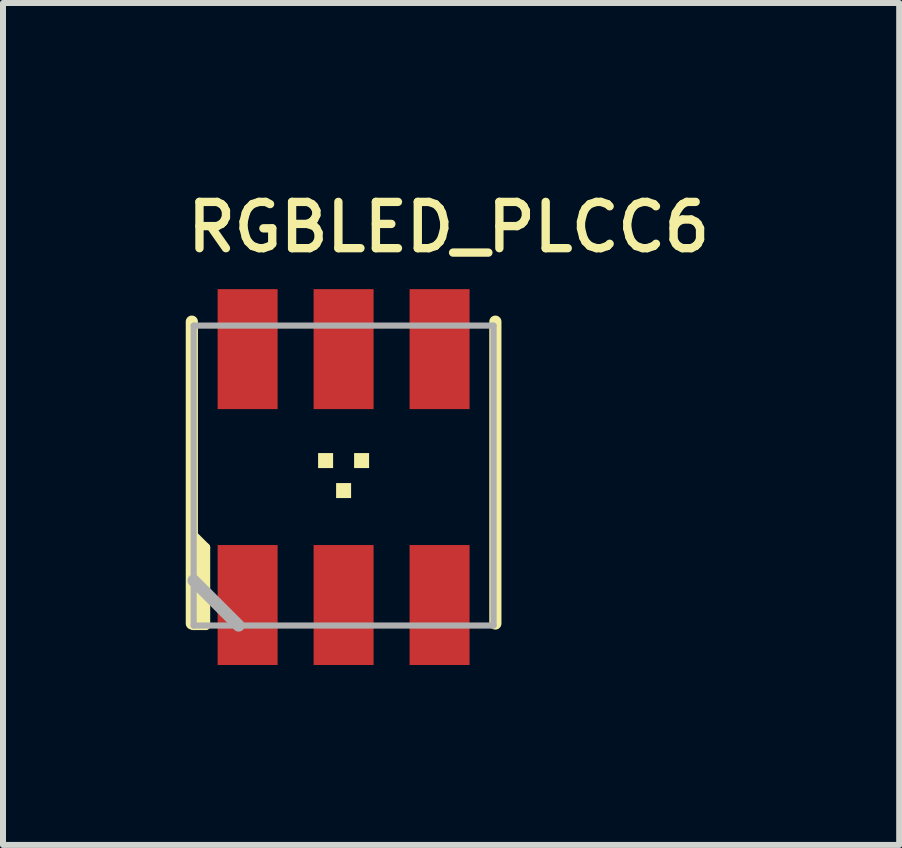
<source format=kicad_pcb>
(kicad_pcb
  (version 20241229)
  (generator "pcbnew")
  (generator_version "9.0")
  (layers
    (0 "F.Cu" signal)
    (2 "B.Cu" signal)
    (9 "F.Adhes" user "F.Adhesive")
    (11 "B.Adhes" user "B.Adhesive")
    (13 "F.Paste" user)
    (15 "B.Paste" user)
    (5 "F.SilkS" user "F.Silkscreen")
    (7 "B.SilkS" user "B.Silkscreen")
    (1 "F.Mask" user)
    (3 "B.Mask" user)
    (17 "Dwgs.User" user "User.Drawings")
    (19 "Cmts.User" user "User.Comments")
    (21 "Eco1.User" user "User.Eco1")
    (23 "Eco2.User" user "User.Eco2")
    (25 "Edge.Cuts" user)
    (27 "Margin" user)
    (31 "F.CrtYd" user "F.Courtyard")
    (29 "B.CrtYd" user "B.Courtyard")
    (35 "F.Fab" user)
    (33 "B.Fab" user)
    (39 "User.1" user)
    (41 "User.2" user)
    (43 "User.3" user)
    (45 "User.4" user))
  (footprint "RGBLED_PLCC6"
    (layer "F.Cu")
    (at 2.678 4.878)
    (property "Reference" "RGBLED_PLCC6" (at -2.678 -3.689 180) (layer "F.SilkS") (effects (font (size 0.772 0.772) (thickness 0.139)) (justify left bottom)))
    (attr through_hole)
    (fp_line (start -2.53 2.466) (end -2.53 -2.566) (stroke (width 0.203) (type solid)) (layer "F.SilkS"))
    (fp_line (start -2.5 1) (end -2.3 1.2) (stroke (width 0.152) (type solid)) (layer "F.SilkS"))
    (fp_line (start -2.5 2.5) (end -2.4 2.4) (stroke (width 0.152) (type solid)) (layer "F.SilkS"))
    (fp_line (start -2.4 2.4) (end -2.4 1.2) (stroke (width 0.152) (type solid)) (layer "F.SilkS"))
    (fp_line (start -2.3 1.2) (end -2.3 2.5) (stroke (width 0.152) (type solid)) (layer "F.SilkS"))
    (fp_line (start -2.3 2.5) (end -2.5 2.5) (stroke (width 0.152) (type solid)) (layer "F.SilkS"))
    (fp_line (start 2.53 -2.566) (end 2.53 2.466) (stroke (width 0.203) (type solid)) (layer "F.SilkS"))
    (fp_poly (pts (xy -0.175 -0.125) (xy -0.175 -0.375) (xy -0.425 -0.375) (xy -0.425 -0.125)) (stroke (width 0) (type solid)) (fill yes) (layer "F.SilkS"))
    (fp_poly (pts (xy 0.125 0.375) (xy 0.125 0.125) (xy -0.125 0.125) (xy -0.125 0.375)) (stroke (width 0) (type solid)) (fill yes) (layer "F.SilkS"))
    (fp_poly (pts (xy 0.425 -0.125) (xy 0.425 -0.375) (xy 0.175 -0.375) (xy 0.175 -0.125)) (stroke (width 0) (type solid)) (fill yes) (layer "F.SilkS"))
    (fp_line (start -2.5 -2.5) (end 2.5 -2.5) (stroke (width 0.102) (type solid)) (layer "F.Fab"))
    (fp_line (start -2.5 2.5) (end -2.5 -2.5) (stroke (width 0.102) (type solid)) (layer "F.Fab"))
    (fp_line (start -1.75 2.5) (end -2.5 1.75) (stroke (width 0.203) (type solid)) (layer "F.Fab"))
    (fp_line (start -1.75 2.5) (end -2.5 2.5) (stroke (width 0.102) (type solid)) (layer "F.Fab"))
    (fp_line (start 2.5 -2.5) (end 2.5 2.5) (stroke (width 0.102) (type solid)) (layer "F.Fab"))
    (fp_line (start 2.5 2.5) (end -1.75 2.5) (stroke (width 0.102) (type solid)) (layer "F.Fab"))
    (pad "1" smd rect (at -1.6 2.158) (size 1 2) (layers "F.Cu" "F.Mask" "F.Paste"))
    (pad "2" smd rect (at 0 2.158) (size 1 2) (layers "F.Cu" "F.Mask" "F.Paste"))
    (pad "3" smd rect (at 1.6 2.158) (size 1 2) (layers "F.Cu" "F.Mask" "F.Paste"))
    (pad "4" smd rect (at 1.6 -2.108) (size 1 2) (layers "F.Cu" "F.Mask" "F.Paste"))
    (pad "5" smd rect (at 0 -2.108) (size 1 2) (layers "F.Cu" "F.Mask" "F.Paste"))
    (pad "6" smd rect (at -1.6 -2.108) (size 1 2) (layers "F.Cu" "F.Mask" "F.Paste")))
  (gr_rect
    (start -3 -3)
    (end 11.94 11.036)
    (stroke (width 0.1) (type default))
    (fill no)
    (layer "Edge.Cuts")))
</source>
